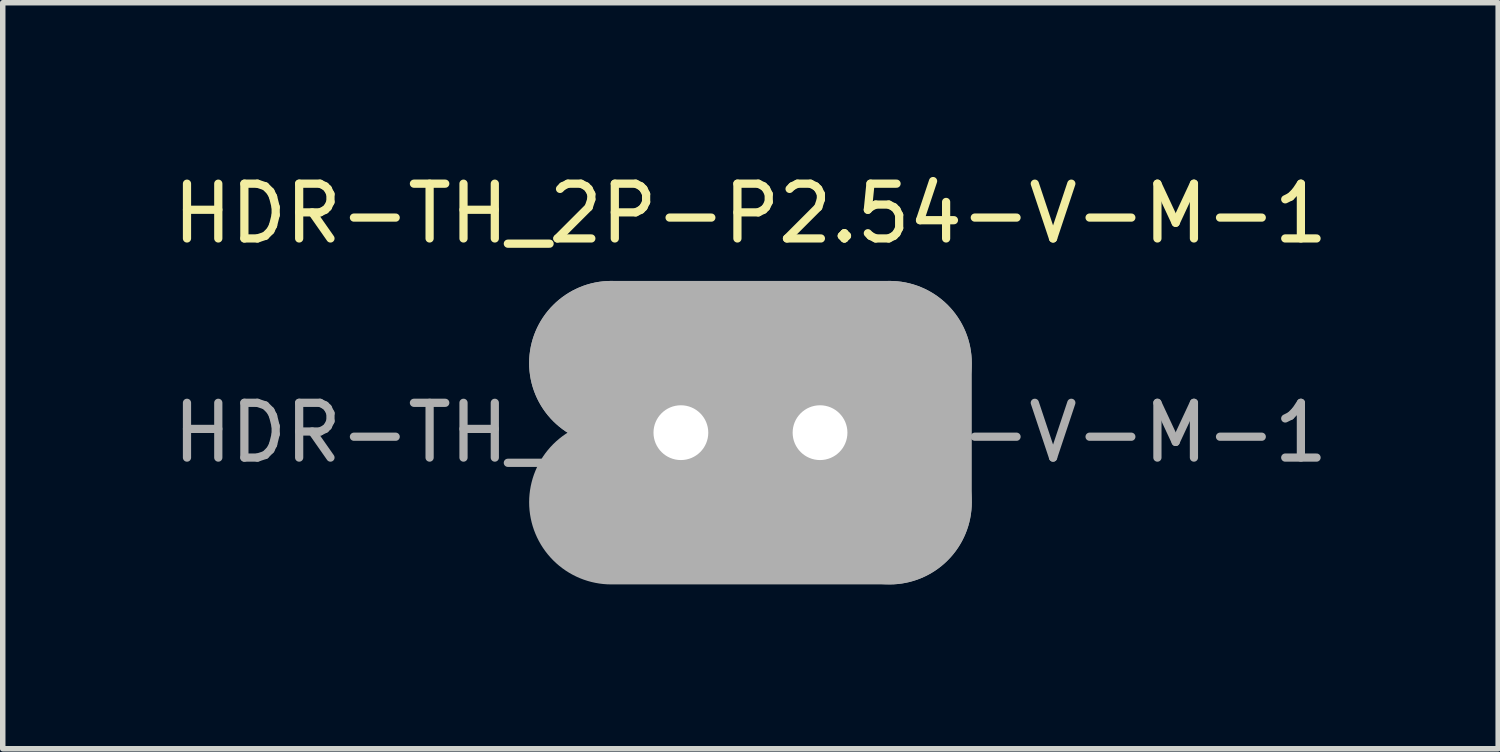
<source format=kicad_pcb>
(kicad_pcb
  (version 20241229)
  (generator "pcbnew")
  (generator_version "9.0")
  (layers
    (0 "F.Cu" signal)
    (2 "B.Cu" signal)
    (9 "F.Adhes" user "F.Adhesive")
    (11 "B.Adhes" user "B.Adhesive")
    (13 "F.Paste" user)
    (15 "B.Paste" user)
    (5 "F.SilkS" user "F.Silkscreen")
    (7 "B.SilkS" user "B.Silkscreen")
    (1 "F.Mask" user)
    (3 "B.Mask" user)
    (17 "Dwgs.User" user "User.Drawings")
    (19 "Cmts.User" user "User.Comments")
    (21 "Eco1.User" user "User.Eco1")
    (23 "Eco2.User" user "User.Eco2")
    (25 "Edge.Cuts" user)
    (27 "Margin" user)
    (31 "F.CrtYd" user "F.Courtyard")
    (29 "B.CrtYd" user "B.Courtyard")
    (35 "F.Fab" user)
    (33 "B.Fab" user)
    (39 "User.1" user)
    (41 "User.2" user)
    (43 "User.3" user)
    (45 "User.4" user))
  (footprint "HDR-TH_2P-P2.54-V-M-1"
    (layer "F.Cu")
    (at 10.649 4.848)
    (property "Reference" "HDR-TH_2P-P2.54-V-M-1" (at 0 -4 0) (layer "F.SilkS") (effects (font (size 1 1) (thickness 0.15))))
    (attr through_hole)
    (fp_line (start -2.54 -1.27) (end -2.54 -1.27) (stroke (width 3) (type solid)) (layer "F.Fab"))
    (fp_line (start -2.54 -1.27) (end 2.54 -1.27) (stroke (width 3) (type solid)) (layer "F.Fab"))
    (fp_line (start 2.54 -1.27) (end 2.54 1.27) (stroke (width 3) (type solid)) (layer "F.Fab"))
    (fp_line (start 2.54 1.27) (end -2.54 1.27) (stroke (width 3) (type solid)) (layer "F.Fab"))
    (fp_circle (center -2.54 1.27) (end -2.51 1.27) (stroke (width 0.06) (type solid)) (fill no) (layer "F.Fab"))
    (fp_text user "${REFERENCE}" (at 0 0 0) (layer "F.Fab") (effects (font (size 1 1) (thickness 0.15))))
    (pad "1" thru_hole rect (at -1.27 0) (size 1.8 1.8) (drill 1) (layers "*.Cu" "*.Mask"))
    (pad "2" thru_hole circle (at 1.27 0) (size 1.8 1.8) (drill 1) (layers "*.Cu" "*.Mask")))
  (gr_rect
    (start -3 -3)
    (end 24.298 10.618)
    (stroke (width 0.1) (type default))
    (fill no)
    (layer "Edge.Cuts")))
</source>
